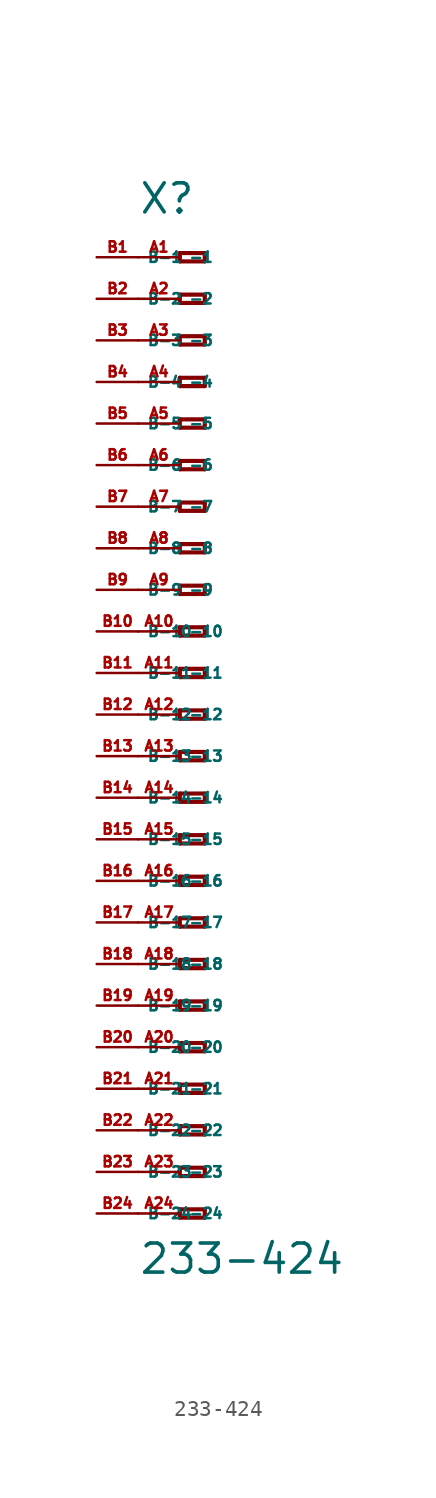
<source format=kicad_sym>
(kicad_symbol_lib
  (version 20220914)
  (generator Eagle2Kicad)
  (symbol "233-424"
    (property "Reference" "X"
      (at -5.08 30.48 0)
      (effects (font (size 1.778 1.778) (thickness 0.22)) (justify left bottom)))
    (property "Value" "233-424"
      (at -5.08 -34.29 0)
      (effects (font (size 1.778 1.778) (thickness 0.22)) (justify left bottom)))
    (polyline
      (pts (xy -2.54 28.194) (xy -2.54 27.686))
      (stroke (width 0.254) (type default))
      (fill (type none)))
    (polyline
      (pts (xy -2.54 27.686) (xy -1.016 27.686))
      (stroke (width 0.254) (type default))
      (fill (type none)))
    (polyline
      (pts (xy -1.016 27.686) (xy -1.016 28.194))
      (stroke (width 0.254) (type default))
      (fill (type none)))
    (polyline
      (pts (xy -1.016 28.194) (xy -2.54 28.194))
      (stroke (width 0.254) (type default))
      (fill (type none)))
    (polyline
      (pts (xy -2.54 25.654) (xy -2.54 25.146))
      (stroke (width 0.254) (type default))
      (fill (type none)))
    (polyline
      (pts (xy -2.54 25.146) (xy -1.016 25.146))
      (stroke (width 0.254) (type default))
      (fill (type none)))
    (polyline
      (pts (xy -1.016 25.146) (xy -1.016 25.654))
      (stroke (width 0.254) (type default))
      (fill (type none)))
    (polyline
      (pts (xy -1.016 25.654) (xy -2.54 25.654))
      (stroke (width 0.254) (type default))
      (fill (type none)))
    (polyline
      (pts (xy -2.54 23.114) (xy -2.54 22.606))
      (stroke (width 0.254) (type default))
      (fill (type none)))
    (polyline
      (pts (xy -2.54 22.606) (xy -1.016 22.606))
      (stroke (width 0.254) (type default))
      (fill (type none)))
    (polyline
      (pts (xy -1.016 22.606) (xy -1.016 23.114))
      (stroke (width 0.254) (type default))
      (fill (type none)))
    (polyline
      (pts (xy -1.016 23.114) (xy -2.54 23.114))
      (stroke (width 0.254) (type default))
      (fill (type none)))
    (polyline
      (pts (xy -2.54 20.574) (xy -2.54 20.066))
      (stroke (width 0.254) (type default))
      (fill (type none)))
    (polyline
      (pts (xy -2.54 20.066) (xy -1.016 20.066))
      (stroke (width 0.254) (type default))
      (fill (type none)))
    (polyline
      (pts (xy -1.016 20.066) (xy -1.016 20.574))
      (stroke (width 0.254) (type default))
      (fill (type none)))
    (polyline
      (pts (xy -1.016 20.574) (xy -2.54 20.574))
      (stroke (width 0.254) (type default))
      (fill (type none)))
    (polyline
      (pts (xy -2.54 18.034) (xy -2.54 17.526))
      (stroke (width 0.254) (type default))
      (fill (type none)))
    (polyline
      (pts (xy -2.54 17.526) (xy -1.016 17.526))
      (stroke (width 0.254) (type default))
      (fill (type none)))
    (polyline
      (pts (xy -1.016 17.526) (xy -1.016 18.034))
      (stroke (width 0.254) (type default))
      (fill (type none)))
    (polyline
      (pts (xy -1.016 18.034) (xy -2.54 18.034))
      (stroke (width 0.254) (type default))
      (fill (type none)))
    (polyline
      (pts (xy -2.54 15.494) (xy -2.54 14.986))
      (stroke (width 0.254) (type default))
      (fill (type none)))
    (polyline
      (pts (xy -2.54 14.986) (xy -1.016 14.986))
      (stroke (width 0.254) (type default))
      (fill (type none)))
    (polyline
      (pts (xy -1.016 14.986) (xy -1.016 15.494))
      (stroke (width 0.254) (type default))
      (fill (type none)))
    (polyline
      (pts (xy -1.016 15.494) (xy -2.54 15.494))
      (stroke (width 0.254) (type default))
      (fill (type none)))
    (polyline
      (pts (xy -2.54 12.954) (xy -2.54 12.446))
      (stroke (width 0.254) (type default))
      (fill (type none)))
    (polyline
      (pts (xy -2.54 12.446) (xy -1.016 12.446))
      (stroke (width 0.254) (type default))
      (fill (type none)))
    (polyline
      (pts (xy -1.016 12.446) (xy -1.016 12.954))
      (stroke (width 0.254) (type default))
      (fill (type none)))
    (polyline
      (pts (xy -1.016 12.954) (xy -2.54 12.954))
      (stroke (width 0.254) (type default))
      (fill (type none)))
    (polyline
      (pts (xy -2.54 10.414) (xy -2.54 9.906))
      (stroke (width 0.254) (type default))
      (fill (type none)))
    (polyline
      (pts (xy -2.54 9.906) (xy -1.016 9.906))
      (stroke (width 0.254) (type default))
      (fill (type none)))
    (polyline
      (pts (xy -1.016 9.906) (xy -1.016 10.414))
      (stroke (width 0.254) (type default))
      (fill (type none)))
    (polyline
      (pts (xy -1.016 10.414) (xy -2.54 10.414))
      (stroke (width 0.254) (type default))
      (fill (type none)))
    (polyline
      (pts (xy -2.54 7.874) (xy -2.54 7.366))
      (stroke (width 0.254) (type default))
      (fill (type none)))
    (polyline
      (pts (xy -2.54 7.366) (xy -1.016 7.366))
      (stroke (width 0.254) (type default))
      (fill (type none)))
    (polyline
      (pts (xy -1.016 7.366) (xy -1.016 7.874))
      (stroke (width 0.254) (type default))
      (fill (type none)))
    (polyline
      (pts (xy -1.016 7.874) (xy -2.54 7.874))
      (stroke (width 0.254) (type default))
      (fill (type none)))
    (polyline
      (pts (xy -2.54 5.334) (xy -2.54 4.826))
      (stroke (width 0.254) (type default))
      (fill (type none)))
    (polyline
      (pts (xy -2.54 4.826) (xy -1.016 4.826))
      (stroke (width 0.254) (type default))
      (fill (type none)))
    (polyline
      (pts (xy -1.016 4.826) (xy -1.016 5.334))
      (stroke (width 0.254) (type default))
      (fill (type none)))
    (polyline
      (pts (xy -1.016 5.334) (xy -2.54 5.334))
      (stroke (width 0.254) (type default))
      (fill (type none)))
    (polyline
      (pts (xy -2.54 2.794) (xy -2.54 2.286))
      (stroke (width 0.254) (type default))
      (fill (type none)))
    (polyline
      (pts (xy -2.54 2.286) (xy -1.016 2.286))
      (stroke (width 0.254) (type default))
      (fill (type none)))
    (polyline
      (pts (xy -1.016 2.286) (xy -1.016 2.794))
      (stroke (width 0.254) (type default))
      (fill (type none)))
    (polyline
      (pts (xy -1.016 2.794) (xy -2.54 2.794))
      (stroke (width 0.254) (type default))
      (fill (type none)))
    (polyline
      (pts (xy -2.54 0.254) (xy -2.54 -0.254))
      (stroke (width 0.254) (type default))
      (fill (type none)))
    (polyline
      (pts (xy -2.54 -0.254) (xy -1.016 -0.254))
      (stroke (width 0.254) (type default))
      (fill (type none)))
    (polyline
      (pts (xy -1.016 -0.254) (xy -1.016 0.254))
      (stroke (width 0.254) (type default))
      (fill (type none)))
    (polyline
      (pts (xy -1.016 0.254) (xy -2.54 0.254))
      (stroke (width 0.254) (type default))
      (fill (type none)))
    (polyline
      (pts (xy -2.54 -2.286) (xy -2.54 -2.794))
      (stroke (width 0.254) (type default))
      (fill (type none)))
    (polyline
      (pts (xy -2.54 -2.794) (xy -1.016 -2.794))
      (stroke (width 0.254) (type default))
      (fill (type none)))
    (polyline
      (pts (xy -1.016 -2.794) (xy -1.016 -2.286))
      (stroke (width 0.254) (type default))
      (fill (type none)))
    (polyline
      (pts (xy -1.016 -2.286) (xy -2.54 -2.286))
      (stroke (width 0.254) (type default))
      (fill (type none)))
    (polyline
      (pts (xy -2.54 -4.826) (xy -2.54 -5.334))
      (stroke (width 0.254) (type default))
      (fill (type none)))
    (polyline
      (pts (xy -2.54 -5.334) (xy -1.016 -5.334))
      (stroke (width 0.254) (type default))
      (fill (type none)))
    (polyline
      (pts (xy -1.016 -5.334) (xy -1.016 -4.826))
      (stroke (width 0.254) (type default))
      (fill (type none)))
    (polyline
      (pts (xy -1.016 -4.826) (xy -2.54 -4.826))
      (stroke (width 0.254) (type default))
      (fill (type none)))
    (polyline
      (pts (xy -2.54 -7.366) (xy -2.54 -7.874))
      (stroke (width 0.254) (type default))
      (fill (type none)))
    (polyline
      (pts (xy -2.54 -7.874) (xy -1.016 -7.874))
      (stroke (width 0.254) (type default))
      (fill (type none)))
    (polyline
      (pts (xy -1.016 -7.874) (xy -1.016 -7.366))
      (stroke (width 0.254) (type default))
      (fill (type none)))
    (polyline
      (pts (xy -1.016 -7.366) (xy -2.54 -7.366))
      (stroke (width 0.254) (type default))
      (fill (type none)))
    (polyline
      (pts (xy -2.54 -9.906) (xy -2.54 -10.414))
      (stroke (width 0.254) (type default))
      (fill (type none)))
    (polyline
      (pts (xy -2.54 -10.414) (xy -1.016 -10.414))
      (stroke (width 0.254) (type default))
      (fill (type none)))
    (polyline
      (pts (xy -1.016 -10.414) (xy -1.016 -9.906))
      (stroke (width 0.254) (type default))
      (fill (type none)))
    (polyline
      (pts (xy -1.016 -9.906) (xy -2.54 -9.906))
      (stroke (width 0.254) (type default))
      (fill (type none)))
    (polyline
      (pts (xy -2.54 -12.446) (xy -2.54 -12.954))
      (stroke (width 0.254) (type default))
      (fill (type none)))
    (polyline
      (pts (xy -2.54 -12.954) (xy -1.016 -12.954))
      (stroke (width 0.254) (type default))
      (fill (type none)))
    (polyline
      (pts (xy -1.016 -12.954) (xy -1.016 -12.446))
      (stroke (width 0.254) (type default))
      (fill (type none)))
    (polyline
      (pts (xy -1.016 -12.446) (xy -2.54 -12.446))
      (stroke (width 0.254) (type default))
      (fill (type none)))
    (polyline
      (pts (xy -2.54 -14.986) (xy -2.54 -15.494))
      (stroke (width 0.254) (type default))
      (fill (type none)))
    (polyline
      (pts (xy -2.54 -15.494) (xy -1.016 -15.494))
      (stroke (width 0.254) (type default))
      (fill (type none)))
    (polyline
      (pts (xy -1.016 -15.494) (xy -1.016 -14.986))
      (stroke (width 0.254) (type default))
      (fill (type none)))
    (polyline
      (pts (xy -1.016 -14.986) (xy -2.54 -14.986))
      (stroke (width 0.254) (type default))
      (fill (type none)))
    (polyline
      (pts (xy -2.54 -17.526) (xy -2.54 -18.034))
      (stroke (width 0.254) (type default))
      (fill (type none)))
    (polyline
      (pts (xy -2.54 -18.034) (xy -1.016 -18.034))
      (stroke (width 0.254) (type default))
      (fill (type none)))
    (polyline
      (pts (xy -1.016 -18.034) (xy -1.016 -17.526))
      (stroke (width 0.254) (type default))
      (fill (type none)))
    (polyline
      (pts (xy -1.016 -17.526) (xy -2.54 -17.526))
      (stroke (width 0.254) (type default))
      (fill (type none)))
    (polyline
      (pts (xy -2.54 -20.066) (xy -2.54 -20.574))
      (stroke (width 0.254) (type default))
      (fill (type none)))
    (polyline
      (pts (xy -2.54 -20.574) (xy -1.016 -20.574))
      (stroke (width 0.254) (type default))
      (fill (type none)))
    (polyline
      (pts (xy -1.016 -20.574) (xy -1.016 -20.066))
      (stroke (width 0.254) (type default))
      (fill (type none)))
    (polyline
      (pts (xy -1.016 -20.066) (xy -2.54 -20.066))
      (stroke (width 0.254) (type default))
      (fill (type none)))
    (polyline
      (pts (xy -2.54 -22.606) (xy -2.54 -23.114))
      (stroke (width 0.254) (type default))
      (fill (type none)))
    (polyline
      (pts (xy -2.54 -23.114) (xy -1.016 -23.114))
      (stroke (width 0.254) (type default))
      (fill (type none)))
    (polyline
      (pts (xy -1.016 -23.114) (xy -1.016 -22.606))
      (stroke (width 0.254) (type default))
      (fill (type none)))
    (polyline
      (pts (xy -1.016 -22.606) (xy -2.54 -22.606))
      (stroke (width 0.254) (type default))
      (fill (type none)))
    (polyline
      (pts (xy -2.54 -25.146) (xy -2.54 -25.654))
      (stroke (width 0.254) (type default))
      (fill (type none)))
    (polyline
      (pts (xy -2.54 -25.654) (xy -1.016 -25.654))
      (stroke (width 0.254) (type default))
      (fill (type none)))
    (polyline
      (pts (xy -1.016 -25.654) (xy -1.016 -25.146))
      (stroke (width 0.254) (type default))
      (fill (type none)))
    (polyline
      (pts (xy -1.016 -25.146) (xy -2.54 -25.146))
      (stroke (width 0.254) (type default))
      (fill (type none)))
    (polyline
      (pts (xy -2.54 -27.686) (xy -2.54 -28.194))
      (stroke (width 0.254) (type default))
      (fill (type none)))
    (polyline
      (pts (xy -2.54 -28.194) (xy -1.016 -28.194))
      (stroke (width 0.254) (type default))
      (fill (type none)))
    (polyline
      (pts (xy -1.016 -28.194) (xy -1.016 -27.686))
      (stroke (width 0.254) (type default))
      (fill (type none)))
    (polyline
      (pts (xy -1.016 -27.686) (xy -2.54 -27.686))
      (stroke (width 0.254) (type default))
      (fill (type none)))
    (polyline
      (pts (xy -2.54 -30.226) (xy -2.54 -30.734))
      (stroke (width 0.254) (type default))
      (fill (type none)))
    (polyline
      (pts (xy -2.54 -30.734) (xy -1.016 -30.734))
      (stroke (width 0.254) (type default))
      (fill (type none)))
    (polyline
      (pts (xy -1.016 -30.734) (xy -1.016 -30.226))
      (stroke (width 0.254) (type default))
      (fill (type none)))
    (polyline
      (pts (xy -1.016 -30.226) (xy -2.54 -30.226))
      (stroke (width 0.254) (type default))
      (fill (type none)))
    (pin passive line
      (at -5.08 27.94 0)
      (length 2.54)
      (name "-1" (effects (font (size 0.635 0.635) (thickness 0.08)) (justify left bottom)))
      (number "A1" (effects (font (size 0.635 0.635) (thickness 0.08)) (justify left bottom))))
    (pin passive line
      (at -5.08 25.4 0)
      (length 2.54)
      (name "-2" (effects (font (size 0.635 0.635) (thickness 0.08)) (justify left bottom)))
      (number "A2" (effects (font (size 0.635 0.635) (thickness 0.08)) (justify left bottom))))
    (pin passive line
      (at -5.08 22.86 0)
      (length 2.54)
      (name "-3" (effects (font (size 0.635 0.635) (thickness 0.08)) (justify left bottom)))
      (number "A3" (effects (font (size 0.635 0.635) (thickness 0.08)) (justify left bottom))))
    (pin passive line
      (at -5.08 20.32 0)
      (length 2.54)
      (name "-4" (effects (font (size 0.635 0.635) (thickness 0.08)) (justify left bottom)))
      (number "A4" (effects (font (size 0.635 0.635) (thickness 0.08)) (justify left bottom))))
    (pin passive line
      (at -5.08 17.78 0)
      (length 2.54)
      (name "-5" (effects (font (size 0.635 0.635) (thickness 0.08)) (justify left bottom)))
      (number "A5" (effects (font (size 0.635 0.635) (thickness 0.08)) (justify left bottom))))
    (pin passive line
      (at -5.08 15.24 0)
      (length 2.54)
      (name "-6" (effects (font (size 0.635 0.635) (thickness 0.08)) (justify left bottom)))
      (number "A6" (effects (font (size 0.635 0.635) (thickness 0.08)) (justify left bottom))))
    (pin passive line
      (at -5.08 12.7 0)
      (length 2.54)
      (name "-7" (effects (font (size 0.635 0.635) (thickness 0.08)) (justify left bottom)))
      (number "A7" (effects (font (size 0.635 0.635) (thickness 0.08)) (justify left bottom))))
    (pin passive line
      (at -5.08 10.16 0)
      (length 2.54)
      (name "-8" (effects (font (size 0.635 0.635) (thickness 0.08)) (justify left bottom)))
      (number "A8" (effects (font (size 0.635 0.635) (thickness 0.08)) (justify left bottom))))
    (pin passive line
      (at -5.08 7.62 0)
      (length 2.54)
      (name "-9" (effects (font (size 0.635 0.635) (thickness 0.08)) (justify left bottom)))
      (number "A9" (effects (font (size 0.635 0.635) (thickness 0.08)) (justify left bottom))))
    (pin passive line
      (at -5.08 5.08 0)
      (length 2.54)
      (name "-10" (effects (font (size 0.635 0.635) (thickness 0.08)) (justify left bottom)))
      (number "A10" (effects (font (size 0.635 0.635) (thickness 0.08)) (justify left bottom))))
    (pin passive line
      (at -5.08 2.54 0)
      (length 2.54)
      (name "-11" (effects (font (size 0.635 0.635) (thickness 0.08)) (justify left bottom)))
      (number "A11" (effects (font (size 0.635 0.635) (thickness 0.08)) (justify left bottom))))
    (pin passive line
      (at -5.08 0 0)
      (length 2.54)
      (name "-12" (effects (font (size 0.635 0.635) (thickness 0.08)) (justify left bottom)))
      (number "A12" (effects (font (size 0.635 0.635) (thickness 0.08)) (justify left bottom))))
    (pin passive line
      (at -5.08 -2.54 0)
      (length 2.54)
      (name "-13" (effects (font (size 0.635 0.635) (thickness 0.08)) (justify left bottom)))
      (number "A13" (effects (font (size 0.635 0.635) (thickness 0.08)) (justify left bottom))))
    (pin passive line
      (at -5.08 -5.08 0)
      (length 2.54)
      (name "-14" (effects (font (size 0.635 0.635) (thickness 0.08)) (justify left bottom)))
      (number "A14" (effects (font (size 0.635 0.635) (thickness 0.08)) (justify left bottom))))
    (pin passive line
      (at -5.08 -7.62 0)
      (length 2.54)
      (name "-15" (effects (font (size 0.635 0.635) (thickness 0.08)) (justify left bottom)))
      (number "A15" (effects (font (size 0.635 0.635) (thickness 0.08)) (justify left bottom))))
    (pin passive line
      (at -5.08 -10.16 0)
      (length 2.54)
      (name "-16" (effects (font (size 0.635 0.635) (thickness 0.08)) (justify left bottom)))
      (number "A16" (effects (font (size 0.635 0.635) (thickness 0.08)) (justify left bottom))))
    (pin passive line
      (at -5.08 -12.7 0)
      (length 2.54)
      (name "-17" (effects (font (size 0.635 0.635) (thickness 0.08)) (justify left bottom)))
      (number "A17" (effects (font (size 0.635 0.635) (thickness 0.08)) (justify left bottom))))
    (pin passive line
      (at -5.08 -15.24 0)
      (length 2.54)
      (name "-18" (effects (font (size 0.635 0.635) (thickness 0.08)) (justify left bottom)))
      (number "A18" (effects (font (size 0.635 0.635) (thickness 0.08)) (justify left bottom))))
    (pin passive line
      (at -5.08 -17.78 0)
      (length 2.54)
      (name "-19" (effects (font (size 0.635 0.635) (thickness 0.08)) (justify left bottom)))
      (number "A19" (effects (font (size 0.635 0.635) (thickness 0.08)) (justify left bottom))))
    (pin passive line
      (at -5.08 -20.32 0)
      (length 2.54)
      (name "-20" (effects (font (size 0.635 0.635) (thickness 0.08)) (justify left bottom)))
      (number "A20" (effects (font (size 0.635 0.635) (thickness 0.08)) (justify left bottom))))
    (pin passive line
      (at -5.08 -22.86 0)
      (length 2.54)
      (name "-21" (effects (font (size 0.635 0.635) (thickness 0.08)) (justify left bottom)))
      (number "A21" (effects (font (size 0.635 0.635) (thickness 0.08)) (justify left bottom))))
    (pin passive line
      (at -5.08 -25.4 0)
      (length 2.54)
      (name "-22" (effects (font (size 0.635 0.635) (thickness 0.08)) (justify left bottom)))
      (number "A22" (effects (font (size 0.635 0.635) (thickness 0.08)) (justify left bottom))))
    (pin passive line
      (at -5.08 -27.94 0)
      (length 2.54)
      (name "-23" (effects (font (size 0.635 0.635) (thickness 0.08)) (justify left bottom)))
      (number "A23" (effects (font (size 0.635 0.635) (thickness 0.08)) (justify left bottom))))
    (pin passive line
      (at -5.08 -30.48 0)
      (length 2.54)
      (name "-24" (effects (font (size 0.635 0.635) (thickness 0.08)) (justify left bottom)))
      (number "A24" (effects (font (size 0.635 0.635) (thickness 0.08)) (justify left bottom))))
    (pin passive line
      (at -7.62 -30.48 0)
      (length 2.54)
      (name "B-24" (effects (font (size 0.635 0.635) (thickness 0.08)) (justify left bottom)))
      (number "B24" (effects (font (size 0.635 0.635) (thickness 0.08)) (justify left bottom))))
    (pin passive line
      (at -7.62 27.94 0)
      (length 2.54)
      (name "B-1" (effects (font (size 0.635 0.635) (thickness 0.08)) (justify left bottom)))
      (number "B1" (effects (font (size 0.635 0.635) (thickness 0.08)) (justify left bottom))))
    (pin passive line
      (at -7.62 25.4 0)
      (length 2.54)
      (name "B-2" (effects (font (size 0.635 0.635) (thickness 0.08)) (justify left bottom)))
      (number "B2" (effects (font (size 0.635 0.635) (thickness 0.08)) (justify left bottom))))
    (pin passive line
      (at -7.62 22.86 0)
      (length 2.54)
      (name "B-3" (effects (font (size 0.635 0.635) (thickness 0.08)) (justify left bottom)))
      (number "B3" (effects (font (size 0.635 0.635) (thickness 0.08)) (justify left bottom))))
    (pin passive line
      (at -7.62 20.32 0)
      (length 2.54)
      (name "B-4" (effects (font (size 0.635 0.635) (thickness 0.08)) (justify left bottom)))
      (number "B4" (effects (font (size 0.635 0.635) (thickness 0.08)) (justify left bottom))))
    (pin passive line
      (at -7.62 17.78 0)
      (length 2.54)
      (name "B-5" (effects (font (size 0.635 0.635) (thickness 0.08)) (justify left bottom)))
      (number "B5" (effects (font (size 0.635 0.635) (thickness 0.08)) (justify left bottom))))
    (pin passive line
      (at -7.62 15.24 0)
      (length 2.54)
      (name "B-6" (effects (font (size 0.635 0.635) (thickness 0.08)) (justify left bottom)))
      (number "B6" (effects (font (size 0.635 0.635) (thickness 0.08)) (justify left bottom))))
    (pin passive line
      (at -7.62 12.7 0)
      (length 2.54)
      (name "B-7" (effects (font (size 0.635 0.635) (thickness 0.08)) (justify left bottom)))
      (number "B7" (effects (font (size 0.635 0.635) (thickness 0.08)) (justify left bottom))))
    (pin passive line
      (at -7.62 10.16 0)
      (length 2.54)
      (name "B-8" (effects (font (size 0.635 0.635) (thickness 0.08)) (justify left bottom)))
      (number "B8" (effects (font (size 0.635 0.635) (thickness 0.08)) (justify left bottom))))
    (pin passive line
      (at -7.62 7.62 0)
      (length 2.54)
      (name "B-9" (effects (font (size 0.635 0.635) (thickness 0.08)) (justify left bottom)))
      (number "B9" (effects (font (size 0.635 0.635) (thickness 0.08)) (justify left bottom))))
    (pin passive line
      (at -7.62 5.08 0)
      (length 2.54)
      (name "B-10" (effects (font (size 0.635 0.635) (thickness 0.08)) (justify left bottom)))
      (number "B10" (effects (font (size 0.635 0.635) (thickness 0.08)) (justify left bottom))))
    (pin passive line
      (at -7.62 2.54 0)
      (length 2.54)
      (name "B-11" (effects (font (size 0.635 0.635) (thickness 0.08)) (justify left bottom)))
      (number "B11" (effects (font (size 0.635 0.635) (thickness 0.08)) (justify left bottom))))
    (pin passive line
      (at -7.62 0 0)
      (length 2.54)
      (name "B-12" (effects (font (size 0.635 0.635) (thickness 0.08)) (justify left bottom)))
      (number "B12" (effects (font (size 0.635 0.635) (thickness 0.08)) (justify left bottom))))
    (pin passive line
      (at -7.62 -2.54 0)
      (length 2.54)
      (name "B-13" (effects (font (size 0.635 0.635) (thickness 0.08)) (justify left bottom)))
      (number "B13" (effects (font (size 0.635 0.635) (thickness 0.08)) (justify left bottom))))
    (pin passive line
      (at -7.62 -5.08 0)
      (length 2.54)
      (name "B-14" (effects (font (size 0.635 0.635) (thickness 0.08)) (justify left bottom)))
      (number "B14" (effects (font (size 0.635 0.635) (thickness 0.08)) (justify left bottom))))
    (pin passive line
      (at -7.62 -7.62 0)
      (length 2.54)
      (name "B-15" (effects (font (size 0.635 0.635) (thickness 0.08)) (justify left bottom)))
      (number "B15" (effects (font (size 0.635 0.635) (thickness 0.08)) (justify left bottom))))
    (pin passive line
      (at -7.62 -10.16 0)
      (length 2.54)
      (name "B-16" (effects (font (size 0.635 0.635) (thickness 0.08)) (justify left bottom)))
      (number "B16" (effects (font (size 0.635 0.635) (thickness 0.08)) (justify left bottom))))
    (pin passive line
      (at -7.62 -12.7 0)
      (length 2.54)
      (name "B-17" (effects (font (size 0.635 0.635) (thickness 0.08)) (justify left bottom)))
      (number "B17" (effects (font (size 0.635 0.635) (thickness 0.08)) (justify left bottom))))
    (pin passive line
      (at -7.62 -15.24 0)
      (length 2.54)
      (name "B-18" (effects (font (size 0.635 0.635) (thickness 0.08)) (justify left bottom)))
      (number "B18" (effects (font (size 0.635 0.635) (thickness 0.08)) (justify left bottom))))
    (pin passive line
      (at -7.62 -17.78 0)
      (length 2.54)
      (name "B-19" (effects (font (size 0.635 0.635) (thickness 0.08)) (justify left bottom)))
      (number "B19" (effects (font (size 0.635 0.635) (thickness 0.08)) (justify left bottom))))
    (pin passive line
      (at -7.62 -20.32 0)
      (length 2.54)
      (name "B-20" (effects (font (size 0.635 0.635) (thickness 0.08)) (justify left bottom)))
      (number "B20" (effects (font (size 0.635 0.635) (thickness 0.08)) (justify left bottom))))
    (pin passive line
      (at -7.62 -22.86 0)
      (length 2.54)
      (name "B-21" (effects (font (size 0.635 0.635) (thickness 0.08)) (justify left bottom)))
      (number "B21" (effects (font (size 0.635 0.635) (thickness 0.08)) (justify left bottom))))
    (pin passive line
      (at -7.62 -25.4 0)
      (length 2.54)
      (name "B-22" (effects (font (size 0.635 0.635) (thickness 0.08)) (justify left bottom)))
      (number "B22" (effects (font (size 0.635 0.635) (thickness 0.08)) (justify left bottom))))
    (pin passive line
      (at -7.62 -27.94 0)
      (length 2.54)
      (name "B-23" (effects (font (size 0.635 0.635) (thickness 0.08)) (justify left bottom)))
      (number "B23" (effects (font (size 0.635 0.635) (thickness 0.08)) (justify left bottom))))))
</source>
